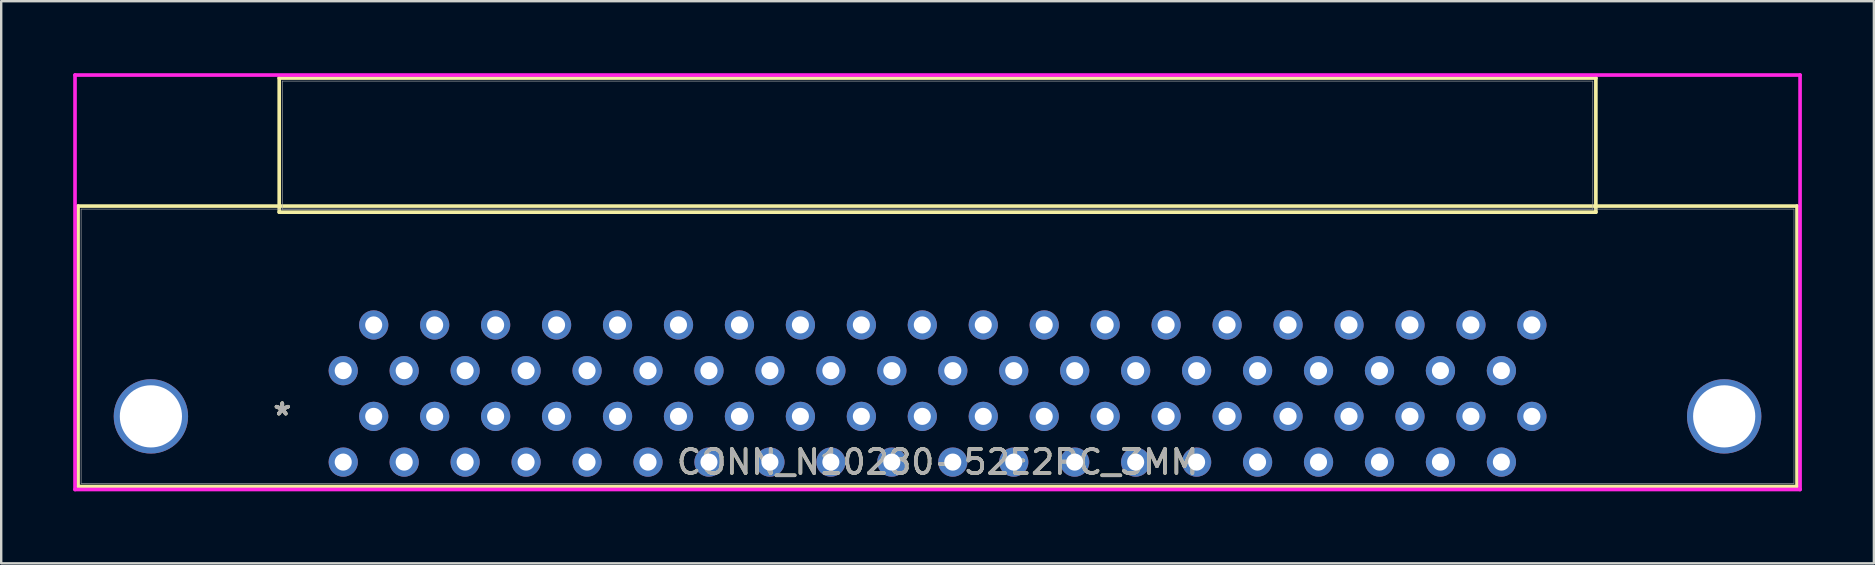
<source format=kicad_pcb>
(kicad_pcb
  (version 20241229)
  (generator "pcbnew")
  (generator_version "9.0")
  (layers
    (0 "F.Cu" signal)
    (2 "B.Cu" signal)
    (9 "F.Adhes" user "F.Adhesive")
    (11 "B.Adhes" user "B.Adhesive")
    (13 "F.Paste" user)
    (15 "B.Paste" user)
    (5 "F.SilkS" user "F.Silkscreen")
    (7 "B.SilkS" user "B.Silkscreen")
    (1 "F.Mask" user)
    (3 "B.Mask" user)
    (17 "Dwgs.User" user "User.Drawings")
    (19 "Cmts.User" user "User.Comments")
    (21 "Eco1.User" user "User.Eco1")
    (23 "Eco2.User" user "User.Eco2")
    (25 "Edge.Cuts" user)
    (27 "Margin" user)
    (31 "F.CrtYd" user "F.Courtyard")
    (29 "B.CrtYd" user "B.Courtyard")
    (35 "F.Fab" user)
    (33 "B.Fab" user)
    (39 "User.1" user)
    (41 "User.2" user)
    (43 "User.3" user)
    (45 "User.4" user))
  (footprint "CONN_N10280-52E2PC_3MM"
    (layer "F.Cu")
    (at 11.252 16.205)
    (property "Reference" "CONN_N10280-52E2PC_3MM" (at 24.765 0 0) (unlocked yes) (layer "F.SilkS") (effects (font (size 1 1) (thickness 0.15))))
    (attr through_hole)
    (fp_line (start -11.049 -10.668) (end -11.049 1.016) (stroke (width 0.152) (type solid)) (layer "F.SilkS"))
    (fp_line (start -11.049 1.016) (end 60.579 1.016) (stroke (width 0.152) (type solid)) (layer "F.SilkS"))
    (fp_line (start -2.667 -16.002) (end -2.667 -10.414) (stroke (width 0.152) (type solid)) (layer "F.SilkS"))
    (fp_line (start -2.667 -10.414) (end 52.197 -10.414) (stroke (width 0.152) (type solid)) (layer "F.SilkS"))
    (fp_line (start 52.197 -16.002) (end -2.667 -16.002) (stroke (width 0.152) (type solid)) (layer "F.SilkS"))
    (fp_line (start 52.197 -10.414) (end 52.197 -16.002) (stroke (width 0.152) (type solid)) (layer "F.SilkS"))
    (fp_line (start 60.579 -10.668) (end -11.049 -10.668) (stroke (width 0.152) (type solid)) (layer "F.SilkS"))
    (fp_line (start 60.579 1.016) (end 60.579 -10.668) (stroke (width 0.152) (type solid)) (layer "F.SilkS"))
    (fp_line (start -11.176 -16.129) (end -11.176 1.143) (stroke (width 0.152) (type solid)) (layer "F.CrtYd"))
    (fp_line (start -11.176 1.143) (end 60.706 1.143) (stroke (width 0.152) (type solid)) (layer "F.CrtYd"))
    (fp_line (start 60.706 -16.129) (end -11.176 -16.129) (stroke (width 0.152) (type solid)) (layer "F.CrtYd"))
    (fp_line (start 60.706 1.143) (end 60.706 -16.129) (stroke (width 0.152) (type solid)) (layer "F.CrtYd"))
    (fp_line (start -10.922 -10.541) (end -10.922 0.889) (stroke (width 0.025) (type solid)) (layer "F.Fab"))
    (fp_line (start -10.922 0.889) (end 60.452 0.889) (stroke (width 0.025) (type solid)) (layer "F.Fab"))
    (fp_line (start -2.54 -15.875) (end -2.54 -10.541) (stroke (width 0.025) (type solid)) (layer "F.Fab"))
    (fp_line (start -2.54 -10.541) (end 52.07 -10.541) (stroke (width 0.025) (type solid)) (layer "F.Fab"))
    (fp_line (start 52.07 -15.875) (end -2.54 -15.875) (stroke (width 0.025) (type solid)) (layer "F.Fab"))
    (fp_line (start 52.07 -10.541) (end 52.07 -15.875) (stroke (width 0.025) (type solid)) (layer "F.Fab"))
    (fp_line (start 60.452 -10.541) (end -10.922 -10.541) (stroke (width 0.025) (type solid)) (layer "F.Fab"))
    (fp_line (start 60.452 0.889) (end 60.452 -10.541) (stroke (width 0.025) (type solid)) (layer "F.Fab"))
    (fp_text user "*" (at -2.54 -1.905 0) (layer "F.SilkS") (effects (font (size 1 1) (thickness 0.15))))
    (fp_text user "*" (at -2.54 -1.905 0) (unlocked yes) (layer "F.SilkS") (effects (font (size 1 1) (thickness 0.15))))
    (fp_text user "*" (at -2.54 -1.905 0) (unlocked yes) (layer "F.Fab") (effects (font (size 1 1) (thickness 0.15))))
    (fp_text user "*" (at -2.54 -1.905 0) (layer "F.Fab") (effects (font (size 1 1) (thickness 0.15))))
    (fp_text user "${REFERENCE}" (at 24.765 0 0) (unlocked yes) (layer "F.Fab") (effects (font (size 1 1) (thickness 0.15))))
    (pad "1" thru_hole circle (at 0 0) (size 1.219 1.219) (drill 0.711) (layers "*.Cu" "*.Mask"))
    (pad "2" thru_hole circle (at 1.27 -1.905) (size 1.219 1.219) (drill 0.711) (layers "*.Cu" "*.Mask"))
    (pad "3" thru_hole circle (at 2.54 0) (size 1.219 1.219) (drill 0.711) (layers "*.Cu" "*.Mask"))
    (pad "4" thru_hole circle (at 3.81 -1.905) (size 1.219 1.219) (drill 0.711) (layers "*.Cu" "*.Mask"))
    (pad "5" thru_hole circle (at 5.08 0) (size 1.219 1.219) (drill 0.711) (layers "*.Cu" "*.Mask"))
    (pad "6" thru_hole circle (at 6.35 -1.905) (size 1.219 1.219) (drill 0.711) (layers "*.Cu" "*.Mask"))
    (pad "7" thru_hole circle (at 7.62 0) (size 1.219 1.219) (drill 0.711) (layers "*.Cu" "*.Mask"))
    (pad "8" thru_hole circle (at 8.89 -1.905) (size 1.219 1.219) (drill 0.711) (layers "*.Cu" "*.Mask"))
    (pad "9" thru_hole circle (at 10.16 0) (size 1.219 1.219) (drill 0.711) (layers "*.Cu" "*.Mask"))
    (pad "10" thru_hole circle (at 11.43 -1.905) (size 1.219 1.219) (drill 0.711) (layers "*.Cu" "*.Mask"))
    (pad "11" thru_hole circle (at 12.7 0) (size 1.219 1.219) (drill 0.711) (layers "*.Cu" "*.Mask"))
    (pad "12" thru_hole circle (at 13.97 -1.905) (size 1.219 1.219) (drill 0.711) (layers "*.Cu" "*.Mask"))
    (pad "13" thru_hole circle (at 15.24 0) (size 1.219 1.219) (drill 0.711) (layers "*.Cu" "*.Mask"))
    (pad "14" thru_hole circle (at 16.51 -1.905) (size 1.219 1.219) (drill 0.711) (layers "*.Cu" "*.Mask"))
    (pad "15" thru_hole circle (at 17.78 0) (size 1.219 1.219) (drill 0.711) (layers "*.Cu" "*.Mask"))
    (pad "16" thru_hole circle (at 19.05 -1.905) (size 1.219 1.219) (drill 0.711) (layers "*.Cu" "*.Mask"))
    (pad "17" thru_hole circle (at 20.32 0) (size 1.219 1.219) (drill 0.711) (layers "*.Cu" "*.Mask"))
    (pad "18" thru_hole circle (at 21.59 -1.905) (size 1.219 1.219) (drill 0.711) (layers "*.Cu" "*.Mask"))
    (pad "19" thru_hole circle (at 22.86 0) (size 1.219 1.219) (drill 0.711) (layers "*.Cu" "*.Mask"))
    (pad "20" thru_hole circle (at 24.13 -1.905) (size 1.219 1.219) (drill 0.711) (layers "*.Cu" "*.Mask"))
    (pad "21" thru_hole circle (at 25.4 0) (size 1.219 1.219) (drill 0.711) (layers "*.Cu" "*.Mask"))
    (pad "22" thru_hole circle (at 26.67 -1.905) (size 1.219 1.219) (drill 0.711) (layers "*.Cu" "*.Mask"))
    (pad "23" thru_hole circle (at 27.94 0) (size 1.219 1.219) (drill 0.711) (layers "*.Cu" "*.Mask"))
    (pad "24" thru_hole circle (at 29.21 -1.905) (size 1.219 1.219) (drill 0.711) (layers "*.Cu" "*.Mask"))
    (pad "25" thru_hole circle (at 30.48 0) (size 1.219 1.219) (drill 0.711) (layers "*.Cu" "*.Mask"))
    (pad "26" thru_hole circle (at 31.75 -1.905) (size 1.219 1.219) (drill 0.711) (layers "*.Cu" "*.Mask"))
    (pad "27" thru_hole circle (at 33.02 0) (size 1.219 1.219) (drill 0.711) (layers "*.Cu" "*.Mask"))
    (pad "28" thru_hole circle (at 34.29 -1.905) (size 1.219 1.219) (drill 0.711) (layers "*.Cu" "*.Mask"))
    (pad "29" thru_hole circle (at 35.56 0) (size 1.219 1.219) (drill 0.711) (layers "*.Cu" "*.Mask"))
    (pad "30" thru_hole circle (at 36.83 -1.905) (size 1.219 1.219) (drill 0.711) (layers "*.Cu" "*.Mask"))
    (pad "31" thru_hole circle (at 38.1 0) (size 1.219 1.219) (drill 0.711) (layers "*.Cu" "*.Mask"))
    (pad "32" thru_hole circle (at 39.37 -1.905) (size 1.219 1.219) (drill 0.711) (layers "*.Cu" "*.Mask"))
    (pad "33" thru_hole circle (at 40.64 0) (size 1.219 1.219) (drill 0.711) (layers "*.Cu" "*.Mask"))
    (pad "34" thru_hole circle (at 41.91 -1.905) (size 1.219 1.219) (drill 0.711) (layers "*.Cu" "*.Mask"))
    (pad "35" thru_hole circle (at 43.18 0) (size 1.219 1.219) (drill 0.711) (layers "*.Cu" "*.Mask"))
    (pad "36" thru_hole circle (at 44.45 -1.905) (size 1.219 1.219) (drill 0.711) (layers "*.Cu" "*.Mask"))
    (pad "37" thru_hole circle (at 45.72 0) (size 1.219 1.219) (drill 0.711) (layers "*.Cu" "*.Mask"))
    (pad "38" thru_hole circle (at 46.99 -1.905) (size 1.219 1.219) (drill 0.711) (layers "*.Cu" "*.Mask"))
    (pad "39" thru_hole circle (at 48.26 0) (size 1.219 1.219) (drill 0.711) (layers "*.Cu" "*.Mask"))
    (pad "40" thru_hole circle (at 49.53 -1.905) (size 1.219 1.219) (drill 0.711) (layers "*.Cu" "*.Mask"))
    (pad "41" thru_hole circle (at 0 -3.81) (size 1.219 1.219) (drill 0.711) (layers "*.Cu" "*.Mask"))
    (pad "42" thru_hole circle (at 1.27 -5.715) (size 1.219 1.219) (drill 0.711) (layers "*.Cu" "*.Mask"))
    (pad "43" thru_hole circle (at 2.54 -3.81) (size 1.219 1.219) (drill 0.711) (layers "*.Cu" "*.Mask"))
    (pad "44" thru_hole circle (at 3.81 -5.715) (size 1.219 1.219) (drill 0.711) (layers "*.Cu" "*.Mask"))
    (pad "45" thru_hole circle (at 5.08 -3.81) (size 1.219 1.219) (drill 0.711) (layers "*.Cu" "*.Mask"))
    (pad "46" thru_hole circle (at 6.35 -5.715) (size 1.219 1.219) (drill 0.711) (layers "*.Cu" "*.Mask"))
    (pad "47" thru_hole circle (at 7.62 -3.81) (size 1.219 1.219) (drill 0.711) (layers "*.Cu" "*.Mask"))
    (pad "48" thru_hole circle (at 8.89 -5.715) (size 1.219 1.219) (drill 0.711) (layers "*.Cu" "*.Mask"))
    (pad "49" thru_hole circle (at 10.16 -3.81) (size 1.219 1.219) (drill 0.711) (layers "*.Cu" "*.Mask"))
    (pad "50" thru_hole circle (at 11.43 -5.715) (size 1.219 1.219) (drill 0.711) (layers "*.Cu" "*.Mask"))
    (pad "51" thru_hole circle (at 12.7 -3.81) (size 1.219 1.219) (drill 0.711) (layers "*.Cu" "*.Mask"))
    (pad "52" thru_hole circle (at 13.97 -5.715) (size 1.219 1.219) (drill 0.711) (layers "*.Cu" "*.Mask"))
    (pad "53" thru_hole circle (at 15.24 -3.81) (size 1.219 1.219) (drill 0.711) (layers "*.Cu" "*.Mask"))
    (pad "54" thru_hole circle (at 16.51 -5.715) (size 1.219 1.219) (drill 0.711) (layers "*.Cu" "*.Mask"))
    (pad "55" thru_hole circle (at 17.78 -3.81) (size 1.219 1.219) (drill 0.711) (layers "*.Cu" "*.Mask"))
    (pad "56" thru_hole circle (at 19.05 -5.715) (size 1.219 1.219) (drill 0.711) (layers "*.Cu" "*.Mask"))
    (pad "57" thru_hole circle (at 20.32 -3.81) (size 1.219 1.219) (drill 0.711) (layers "*.Cu" "*.Mask"))
    (pad "58" thru_hole circle (at 21.59 -5.715) (size 1.219 1.219) (drill 0.711) (layers "*.Cu" "*.Mask"))
    (pad "59" thru_hole circle (at 22.86 -3.81) (size 1.219 1.219) (drill 0.711) (layers "*.Cu" "*.Mask"))
    (pad "60" thru_hole circle (at 24.13 -5.715) (size 1.219 1.219) (drill 0.711) (layers "*.Cu" "*.Mask"))
    (pad "61" thru_hole circle (at 25.4 -3.81) (size 1.219 1.219) (drill 0.711) (layers "*.Cu" "*.Mask"))
    (pad "62" thru_hole circle (at 26.67 -5.715) (size 1.219 1.219) (drill 0.711) (layers "*.Cu" "*.Mask"))
    (pad "63" thru_hole circle (at 27.94 -3.81) (size 1.219 1.219) (drill 0.711) (layers "*.Cu" "*.Mask"))
    (pad "64" thru_hole circle (at 29.21 -5.715) (size 1.219 1.219) (drill 0.711) (layers "*.Cu" "*.Mask"))
    (pad "65" thru_hole circle (at 30.48 -3.81) (size 1.219 1.219) (drill 0.711) (layers "*.Cu" "*.Mask"))
    (pad "66" thru_hole circle (at 31.75 -5.715) (size 1.219 1.219) (drill 0.711) (layers "*.Cu" "*.Mask"))
    (pad "67" thru_hole circle (at 33.02 -3.81) (size 1.219 1.219) (drill 0.711) (layers "*.Cu" "*.Mask"))
    (pad "68" thru_hole circle (at 34.29 -5.715) (size 1.219 1.219) (drill 0.711) (layers "*.Cu" "*.Mask"))
    (pad "69" thru_hole circle (at 35.56 -3.81) (size 1.219 1.219) (drill 0.711) (layers "*.Cu" "*.Mask"))
    (pad "70" thru_hole circle (at 36.83 -5.715) (size 1.219 1.219) (drill 0.711) (layers "*.Cu" "*.Mask"))
    (pad "71" thru_hole circle (at 38.1 -3.81) (size 1.219 1.219) (drill 0.711) (layers "*.Cu" "*.Mask"))
    (pad "72" thru_hole circle (at 39.37 -5.715) (size 1.219 1.219) (drill 0.711) (layers "*.Cu" "*.Mask"))
    (pad "73" thru_hole circle (at 40.64 -3.81) (size 1.219 1.219) (drill 0.711) (layers "*.Cu" "*.Mask"))
    (pad "74" thru_hole circle (at 41.91 -5.715) (size 1.219 1.219) (drill 0.711) (layers "*.Cu" "*.Mask"))
    (pad "75" thru_hole circle (at 43.18 -3.81) (size 1.219 1.219) (drill 0.711) (layers "*.Cu" "*.Mask"))
    (pad "76" thru_hole circle (at 44.45 -5.715) (size 1.219 1.219) (drill 0.711) (layers "*.Cu" "*.Mask"))
    (pad "77" thru_hole circle (at 45.72 -3.81) (size 1.219 1.219) (drill 0.711) (layers "*.Cu" "*.Mask"))
    (pad "78" thru_hole circle (at 46.99 -5.715) (size 1.219 1.219) (drill 0.711) (layers "*.Cu" "*.Mask"))
    (pad "79" thru_hole circle (at 48.26 -3.81) (size 1.219 1.219) (drill 0.711) (layers "*.Cu" "*.Mask"))
    (pad "80" thru_hole circle (at 49.53 -5.715) (size 1.219 1.219) (drill 0.711) (layers "*.Cu" "*.Mask"))
    (pad "81" thru_hole circle (at -8.014 -1.905) (size 3.099 3.099) (drill 2.591) (layers "*.Cu" "*.Mask"))
    (pad "82" thru_hole circle (at 57.544 -1.905) (size 3.099 3.099) (drill 2.591) (layers "*.Cu" "*.Mask")))
  (gr_rect
    (start -3 -3)
    (end 75.034 20.424)
    (stroke (width 0.1) (type default))
    (fill no)
    (layer "Edge.Cuts")))
</source>
